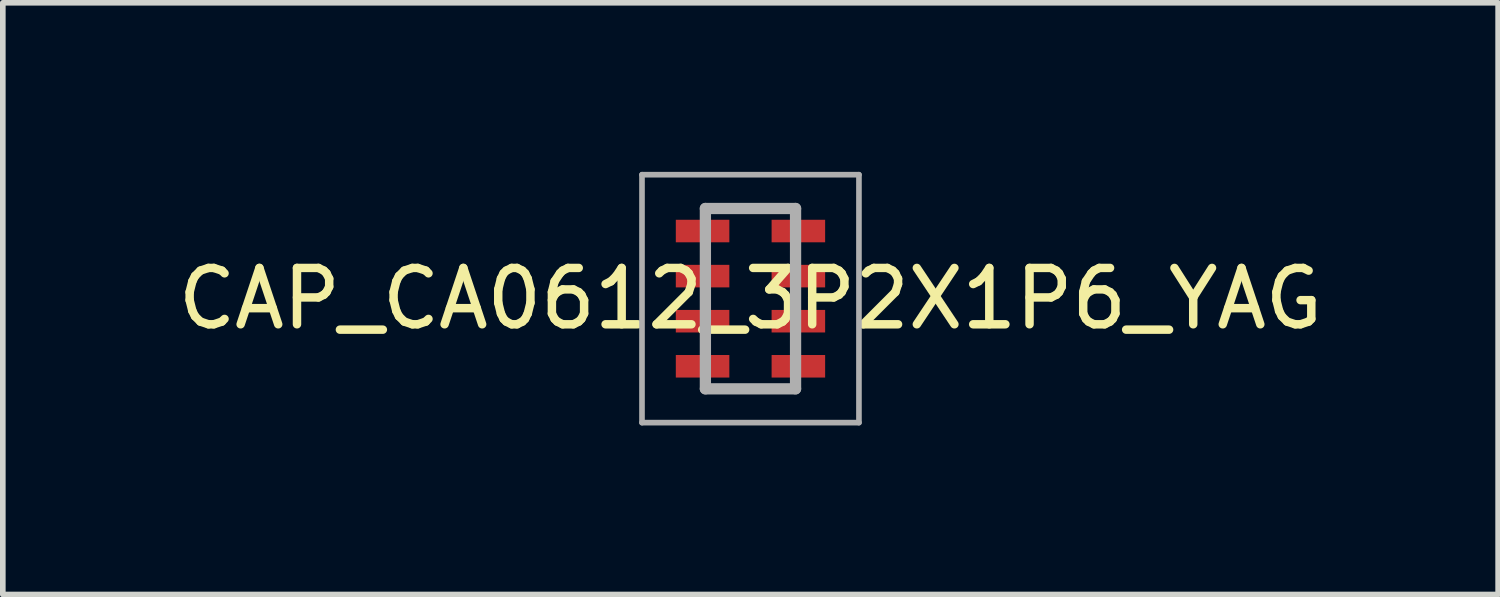
<source format=kicad_pcb>
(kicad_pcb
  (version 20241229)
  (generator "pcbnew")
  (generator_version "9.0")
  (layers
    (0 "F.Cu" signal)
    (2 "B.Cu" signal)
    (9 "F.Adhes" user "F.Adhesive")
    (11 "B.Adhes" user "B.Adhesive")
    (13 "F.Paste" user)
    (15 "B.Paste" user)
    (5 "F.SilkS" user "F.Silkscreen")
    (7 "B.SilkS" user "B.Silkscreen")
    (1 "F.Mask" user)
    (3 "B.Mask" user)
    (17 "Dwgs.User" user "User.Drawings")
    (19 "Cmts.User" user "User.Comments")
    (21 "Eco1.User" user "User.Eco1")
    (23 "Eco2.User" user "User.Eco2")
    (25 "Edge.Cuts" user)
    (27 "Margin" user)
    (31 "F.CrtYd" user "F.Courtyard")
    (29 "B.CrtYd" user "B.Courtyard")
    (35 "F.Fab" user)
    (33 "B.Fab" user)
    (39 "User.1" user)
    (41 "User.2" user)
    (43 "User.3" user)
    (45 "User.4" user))
  (footprint "CAP_CA0612_3P2X1P6_YAG"
    (layer "F.Cu")
    (at 10.268 2.25)
    (property "Reference" "CAP_CA0612_3P2X1P6_YAG" (at 0 0 0) (layer "F.SilkS") (effects (font (size 1 1) (thickness 0.15))))
    (attr smd)
    (fp_line (start -0.8 -1.6) (end 0.8 -1.6) (stroke (width 0.1) (type solid)) (layer "F.SilkS"))
    (fp_line (start -0.8 1.6) (end 0.8 1.6) (stroke (width 0.1) (type solid)) (layer "F.SilkS"))
    (fp_line (start -1.925 -2.2) (end 1.925 -2.2) (stroke (width 0.1) (type solid)) (layer "F.Fab"))
    (fp_line (start -1.925 2.2) (end -1.925 -2.2) (stroke (width 0.1) (type solid)) (layer "F.Fab"))
    (fp_line (start -0.8 -1.6) (end 0.8 -1.6) (stroke (width 0.2) (type solid)) (layer "F.Fab"))
    (fp_line (start -0.8 1.6) (end -0.8 -1.6) (stroke (width 0.2) (type solid)) (layer "F.Fab"))
    (fp_line (start 0.8 -1.6) (end 0.8 1.6) (stroke (width 0.2) (type solid)) (layer "F.Fab"))
    (fp_line (start 0.8 1.6) (end -0.8 1.6) (stroke (width 0.2) (type solid)) (layer "F.Fab"))
    (fp_line (start 1.925 -2.2) (end 1.925 2.2) (stroke (width 0.1) (type solid)) (layer "F.Fab"))
    (fp_line (start 1.925 2.2) (end -1.925 2.2) (stroke (width 0.1) (type solid)) (layer "F.Fab"))
    (pad "1" smd rect (at -0.85 -1.2) (size 0.95 0.4) (layers "F.Cu" "F.Mask" "F.Paste"))
    (pad "2" smd rect (at -0.85 -0.4) (size 0.95 0.4) (layers "F.Cu" "F.Mask" "F.Paste"))
    (pad "3" smd rect (at -0.85 0.4) (size 0.95 0.4) (layers "F.Cu" "F.Mask" "F.Paste"))
    (pad "4" smd rect (at -0.85 1.2) (size 0.95 0.4) (layers "F.Cu" "F.Mask" "F.Paste"))
    (pad "5" smd rect (at 0.85 1.2) (size 0.95 0.4) (layers "F.Cu" "F.Mask" "F.Paste"))
    (pad "6" smd rect (at 0.85 0.4) (size 0.95 0.4) (layers "F.Cu" "F.Mask" "F.Paste"))
    (pad "7" smd rect (at 0.85 -0.4) (size 0.95 0.4) (layers "F.Cu" "F.Mask" "F.Paste"))
    (pad "8" smd rect (at 0.85 -1.2) (size 0.95 0.4) (layers "F.Cu" "F.Mask" "F.Paste")))
  (gr_rect
    (start -3 -3)
    (end 23.536 7.5)
    (stroke (width 0.1) (type default))
    (fill no)
    (layer "Edge.Cuts")))
</source>
